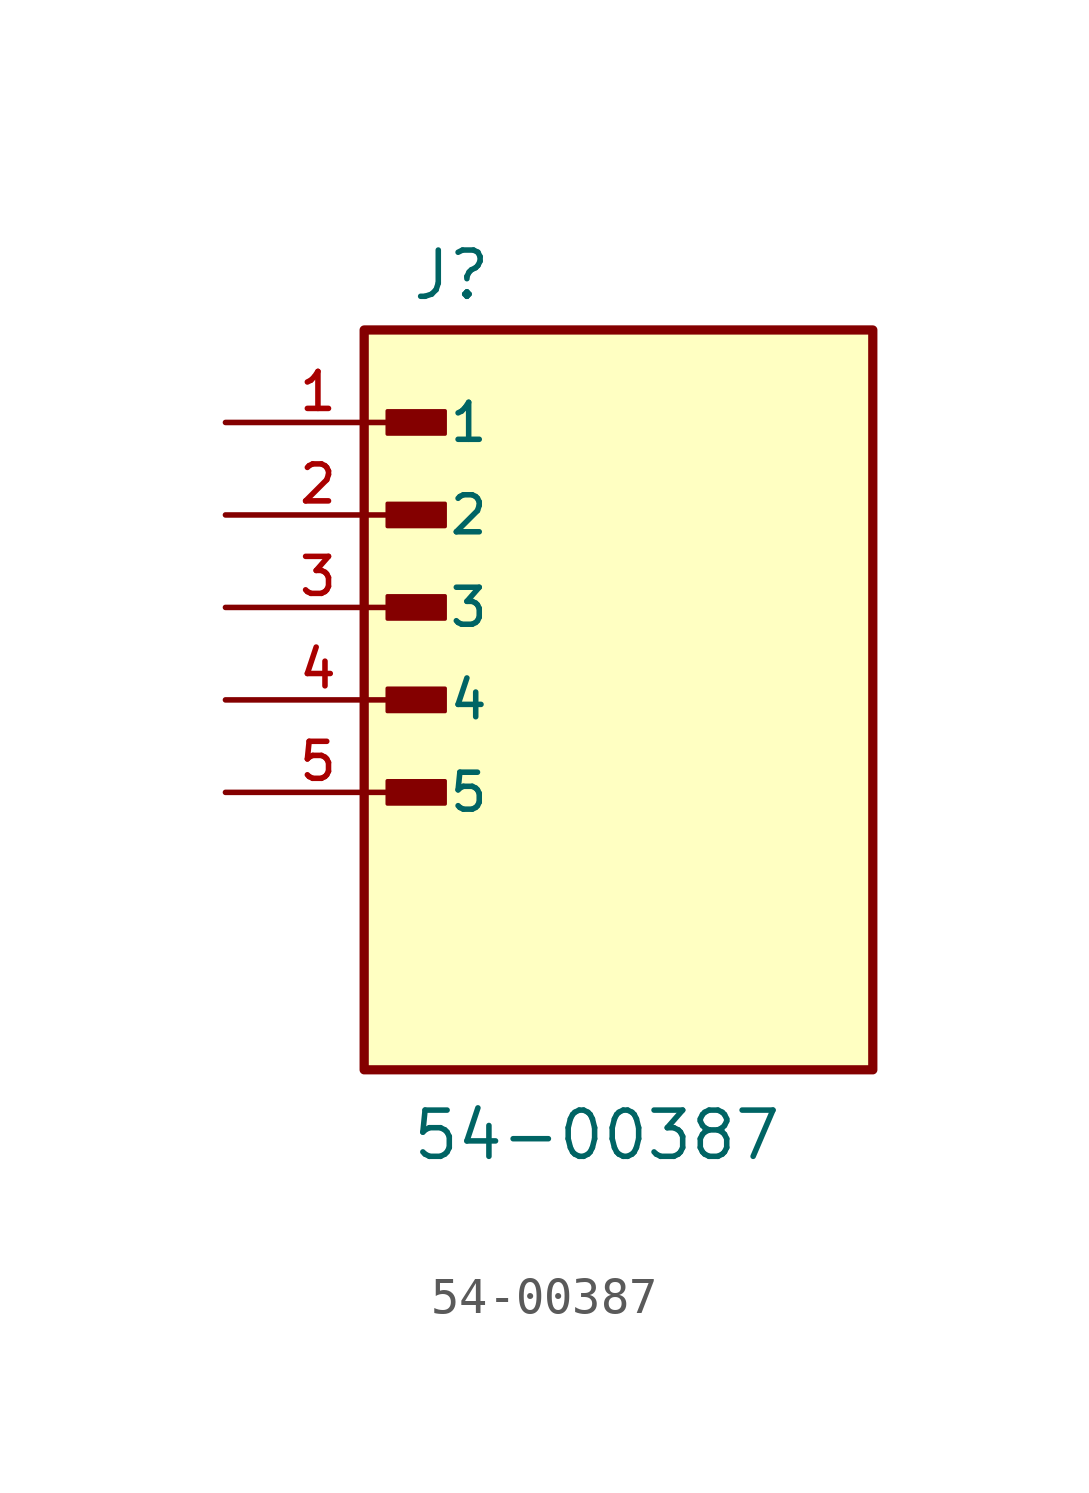
<source format=kicad_sym>
(kicad_symbol_lib
  (version 20241209)
  (generator "kicad_symbol_editor")
  (generator_version "9.0")
  (symbol "54-00387"
    (pin_names
      (offset 1.016))
    (property "Reference" "J"
      (at -2.54 10.922 0)
      (effects (font (size 1.27 1.27)) (justify left bottom)))
    (property "Value" "54-00387"
      (at -2.54 -12.7 0)
      (effects (font (size 1.27 1.27)) (justify left bottom)))
    (symbol "54-00387_0_0"
      (rectangle (start -3.81 -10.16) (end 10.16 10.16) (stroke (width 0.254) (type default)) (fill (type background)))
      (rectangle (start -3.175 7.303) (end -1.587 7.938) (stroke (width 0.1) (type default)) (fill (type outline)))
      (rectangle (start -3.175 4.763) (end -1.587 5.397) (stroke (width 0.1) (type default)) (fill (type outline)))
      (rectangle (start -3.175 2.223) (end -1.587 2.857) (stroke (width 0.1) (type default)) (fill (type outline)))
      (rectangle (start -3.175 -0.318) (end -1.587 0.318) (stroke (width 0.1) (type default)) (fill (type outline)))
      (rectangle (start -3.175 -2.857) (end -1.587 -2.223) (stroke (width 0.1) (type default)) (fill (type outline)))
      (pin passive line (at -7.62 7.62 0) (length 5.08) (name "1" (effects (font (size 1.016 1.016)))) (number "1" (effects (font (size 1.016 1.016)))))
      (pin passive line (at -7.62 5.08 0) (length 5.08) (name "2" (effects (font (size 1.016 1.016)))) (number "2" (effects (font (size 1.016 1.016)))))
      (pin passive line (at -7.62 2.54 0) (length 5.08) (name "3" (effects (font (size 1.016 1.016)))) (number "3" (effects (font (size 1.016 1.016)))))
      (pin passive line (at -7.62 0 0) (length 5.08) (name "4" (effects (font (size 1.016 1.016)))) (number "4" (effects (font (size 1.016 1.016)))))
      (pin passive line (at -7.62 -2.54 0) (length 5.08) (name "5" (effects (font (size 1.016 1.016)))) (number "5" (effects (font (size 1.016 1.016))))))))
</source>
